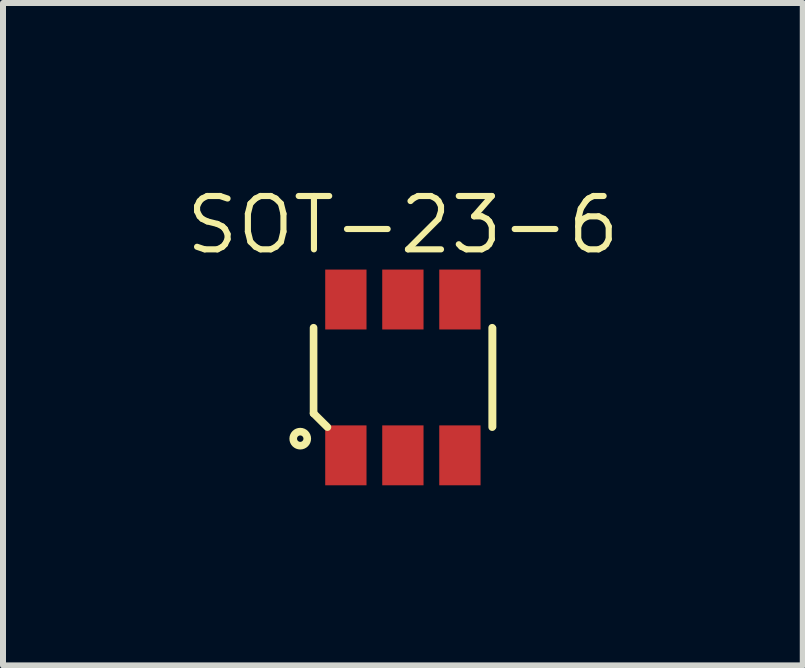
<source format=kicad_pcb>
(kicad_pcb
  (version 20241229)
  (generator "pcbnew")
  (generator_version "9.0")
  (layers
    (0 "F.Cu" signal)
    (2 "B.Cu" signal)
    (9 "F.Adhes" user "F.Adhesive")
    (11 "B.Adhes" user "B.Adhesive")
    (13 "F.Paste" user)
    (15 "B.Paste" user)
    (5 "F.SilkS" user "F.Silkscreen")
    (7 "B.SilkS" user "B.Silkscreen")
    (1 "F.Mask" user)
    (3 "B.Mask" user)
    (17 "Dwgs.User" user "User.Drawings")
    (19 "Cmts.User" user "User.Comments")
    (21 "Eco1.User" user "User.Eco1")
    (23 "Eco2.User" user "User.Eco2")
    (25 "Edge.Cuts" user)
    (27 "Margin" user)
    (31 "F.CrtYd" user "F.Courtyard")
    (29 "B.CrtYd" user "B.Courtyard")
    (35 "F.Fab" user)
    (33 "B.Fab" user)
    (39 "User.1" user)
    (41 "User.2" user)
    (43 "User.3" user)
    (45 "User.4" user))
  (footprint "SOT-23-6"
    (layer "F.Cu")
    (at 3.662 3.238)
    (property "Reference" "SOT-23-6" (at 0 -2.54 0) (layer "F.SilkS") (effects (font (size 0.889 0.889) (thickness 0.102))))
    (attr smd)
    (fp_line (start -1.488 0.599) (end -1.488 -0.828) (stroke (width 0.127) (type solid)) (layer "F.SilkS"))
    (fp_line (start -1.257 0.828) (end -1.488 0.599) (stroke (width 0.127) (type solid)) (layer "F.SilkS"))
    (fp_line (start 1.488 -0.828) (end 1.488 0.828) (stroke (width 0.127) (type solid)) (layer "F.SilkS"))
    (fp_line (start 1.524 0.828) (end 1.524 -0.828) (stroke (width 0.066) (type solid)) (layer "F.SilkS"))
    (fp_circle (center -1.71 1.02) (end -1.6 1.06) (stroke (width 0.127) (type solid)) (fill no) (layer "F.SilkS"))
    (pad "1" smd rect (at -0.95 1.298 90) (size 0.998 0.688) (layers "F.Cu" "F.Mask" "F.Paste"))
    (pad "2" smd rect (at 0 1.298 90) (size 0.998 0.688) (layers "F.Cu" "F.Mask" "F.Paste"))
    (pad "3" smd rect (at 0.95 1.298 90) (size 0.998 0.688) (layers "F.Cu" "F.Mask" "F.Paste"))
    (pad "4" smd rect (at 0.95 -1.298 90) (size 0.998 0.688) (layers "F.Cu" "F.Mask" "F.Paste"))
    (pad "5" smd rect (at 0 -1.298 90) (size 0.998 0.688) (layers "F.Cu" "F.Mask" "F.Paste"))
    (pad "6" smd rect (at -0.95 -1.298 90) (size 0.998 0.688) (layers "F.Cu" "F.Mask" "F.Paste")))
  (gr_rect
    (start -3 -3)
    (end 10.324 8.035)
    (stroke (width 0.1) (type default))
    (fill no)
    (layer "Edge.Cuts")))
</source>
